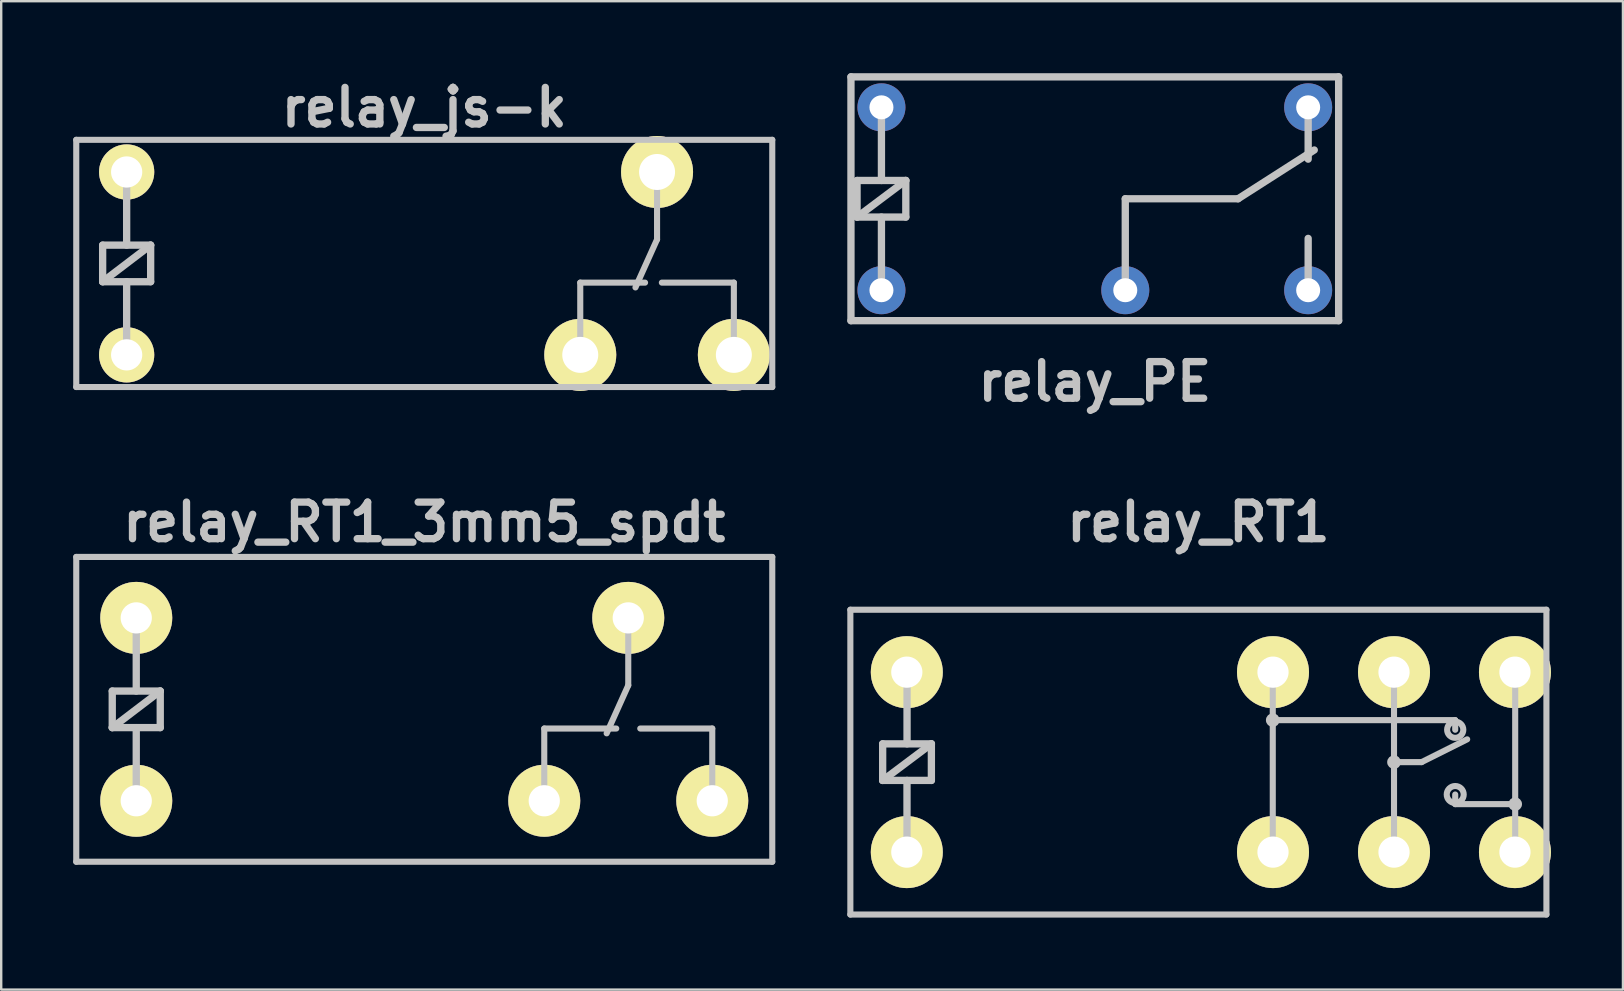
<source format=kicad_pcb>
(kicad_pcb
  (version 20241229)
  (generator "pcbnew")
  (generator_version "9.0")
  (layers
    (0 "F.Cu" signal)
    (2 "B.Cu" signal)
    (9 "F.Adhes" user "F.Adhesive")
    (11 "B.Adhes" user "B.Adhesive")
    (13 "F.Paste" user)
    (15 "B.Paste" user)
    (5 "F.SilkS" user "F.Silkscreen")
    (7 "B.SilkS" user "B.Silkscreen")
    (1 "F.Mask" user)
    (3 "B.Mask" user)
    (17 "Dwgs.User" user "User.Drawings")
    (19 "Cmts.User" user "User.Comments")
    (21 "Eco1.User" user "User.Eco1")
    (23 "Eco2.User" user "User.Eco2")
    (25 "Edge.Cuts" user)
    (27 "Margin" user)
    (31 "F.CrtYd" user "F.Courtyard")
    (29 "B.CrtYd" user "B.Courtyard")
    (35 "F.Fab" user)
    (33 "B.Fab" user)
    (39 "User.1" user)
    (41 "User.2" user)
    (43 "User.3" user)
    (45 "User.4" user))
  (footprint "relay_js-k"
    (layer "F.Cu")
    (at 14.627 7.926)
    (property "Reference" "relay_js-k" (at 0 -6.5 0) (layer "Dwgs.User") (effects (font (size 1.524 1.524) (thickness 0.305))))
    (attr through_hole)
    (fp_line (start -14.5 -5.15) (end -14.5 5.15) (stroke (width 0.254) (type solid)) (layer "Dwgs.User"))
    (fp_line (start -14.5 5.15) (end 14.5 5.15) (stroke (width 0.254) (type solid)) (layer "Dwgs.User"))
    (fp_line (start -13.4 -0.762) (end -11.4 -0.762) (stroke (width 0.305) (type solid)) (layer "Dwgs.User"))
    (fp_line (start -13.4 0.762) (end -13.4 -0.762) (stroke (width 0.305) (type solid)) (layer "Dwgs.User"))
    (fp_line (start -13.4 0.762) (end -11.4 -0.762) (stroke (width 0.305) (type solid)) (layer "Dwgs.User"))
    (fp_line (start -12.4 -3.81) (end -12.4 -0.762) (stroke (width 0.305) (type solid)) (layer "Dwgs.User"))
    (fp_line (start -12.4 3.81) (end -12.4 0.762) (stroke (width 0.305) (type solid)) (layer "Dwgs.User"))
    (fp_line (start -11.4 -0.762) (end -11.4 0.762) (stroke (width 0.305) (type solid)) (layer "Dwgs.User"))
    (fp_line (start -11.4 0.762) (end -13.4 0.762) (stroke (width 0.305) (type solid)) (layer "Dwgs.User"))
    (fp_line (start 6.5 0.8) (end 9.2 0.8) (stroke (width 0.254) (type solid)) (layer "Dwgs.User"))
    (fp_line (start 6.5 3.8) (end 6.5 0.8) (stroke (width 0.254) (type solid)) (layer "Dwgs.User"))
    (fp_line (start 9.7 -3.8) (end 9.7 -1) (stroke (width 0.254) (type solid)) (layer "Dwgs.User"))
    (fp_line (start 9.7 -1) (end 8.8 1) (stroke (width 0.254) (type solid)) (layer "Dwgs.User"))
    (fp_line (start 12.9 0.8) (end 9.9 0.8) (stroke (width 0.254) (type solid)) (layer "Dwgs.User"))
    (fp_line (start 12.9 3.8) (end 12.9 0.8) (stroke (width 0.254) (type solid)) (layer "Dwgs.User"))
    (fp_line (start 14.5 -5.15) (end -14.5 -5.15) (stroke (width 0.254) (type solid)) (layer "Dwgs.User"))
    (fp_line (start 14.5 5.15) (end 14.5 -5.15) (stroke (width 0.254) (type solid)) (layer "Dwgs.User"))
    (pad "1" thru_hole circle (at 12.9 3.81) (size 3 3) (drill 1.5) (layers "*.Cu" "*.Mask" "F.SilkS"))
    (pad "2" thru_hole circle (at 6.5 3.81) (size 3 3) (drill 1.5) (layers "*.Cu" "*.Mask" "F.SilkS"))
    (pad "3" thru_hole circle (at -12.4 3.81) (size 2.3 2.3) (drill 1.3) (layers "*.Cu" "*.Mask" "F.SilkS"))
    (pad "4" thru_hole circle (at -12.4 -3.81) (size 2.3 2.3) (drill 1.3) (layers "*.Cu" "*.Mask" "F.SilkS"))
    (pad "5" thru_hole circle (at 9.7 -3.81) (size 3 3) (drill 1.5) (layers "*.Cu" "*.Mask" "F.SilkS")))
  (footprint "relay_RT1"
    (layer "F.Cu")
    (at 46.882 28.705)
    (property "Reference" "relay_RT1" (at 0 -10 0) (layer "Dwgs.User") (effects (font (size 1.524 1.524) (thickness 0.305))))
    (attr through_hole)
    (fp_line (start -14.501 -6.35) (end -14.501 6.35) (stroke (width 0.254) (type solid)) (layer "Dwgs.User"))
    (fp_line (start -14.501 6.35) (end 14.501 6.35) (stroke (width 0.254) (type solid)) (layer "Dwgs.User"))
    (fp_line (start -13.157 -0.762) (end -11.125 -0.762) (stroke (width 0.305) (type solid)) (layer "Dwgs.User"))
    (fp_line (start -13.155 0.762) (end -13.155 -0.762) (stroke (width 0.305) (type solid)) (layer "Dwgs.User"))
    (fp_line (start -13.155 0.762) (end -11.123 -0.762) (stroke (width 0.305) (type solid)) (layer "Dwgs.User"))
    (fp_line (start -12.141 3.81) (end -12.141 0.762) (stroke (width 0.305) (type solid)) (layer "Dwgs.User"))
    (fp_line (start -12.139 -3.81) (end -12.139 -0.762) (stroke (width 0.305) (type solid)) (layer "Dwgs.User"))
    (fp_line (start -11.125 -0.762) (end -11.125 0.762) (stroke (width 0.305) (type solid)) (layer "Dwgs.User"))
    (fp_line (start -11.125 0.762) (end -13.157 0.762) (stroke (width 0.305) (type solid)) (layer "Dwgs.User"))
    (fp_line (start 3.099 -1.75) (end 10.701 -1.75) (stroke (width 0.254) (type solid)) (layer "Dwgs.User"))
    (fp_line (start 3.099 3.749) (end 3.099 -3.749) (stroke (width 0.254) (type solid)) (layer "Dwgs.User"))
    (fp_line (start 8.151 -3.749) (end 8.151 3.749) (stroke (width 0.254) (type solid)) (layer "Dwgs.User"))
    (fp_line (start 8.151 0) (end 9.299 0) (stroke (width 0.254) (type solid)) (layer "Dwgs.User"))
    (fp_line (start 9.299 0) (end 11.199 -0.95) (stroke (width 0.254) (type solid)) (layer "Dwgs.User"))
    (fp_line (start 10.701 -1.75) (end 10.701 -1.349) (stroke (width 0.254) (type solid)) (layer "Dwgs.User"))
    (fp_line (start 10.701 1.349) (end 10.701 1.75) (stroke (width 0.254) (type solid)) (layer "Dwgs.User"))
    (fp_line (start 13.2 1.75) (end 10.701 1.75) (stroke (width 0.254) (type solid)) (layer "Dwgs.User"))
    (fp_line (start 13.2 3.749) (end 13.2 -3.749) (stroke (width 0.254) (type solid)) (layer "Dwgs.User"))
    (fp_line (start 14.501 -6.35) (end -14.501 -6.35) (stroke (width 0.254) (type solid)) (layer "Dwgs.User"))
    (fp_line (start 14.501 6.35) (end 14.501 -6.35) (stroke (width 0.254) (type solid)) (layer "Dwgs.User"))
    (fp_circle (center 3.099 -1.75) (end 2.949 -1.699) (stroke (width 0.254) (type solid)) (fill no) (layer "Dwgs.User"))
    (fp_circle (center 8.151 0) (end 8.001 0.051) (stroke (width 0.254) (type solid)) (fill no) (layer "Dwgs.User"))
    (fp_circle (center 10.701 -1.349) (end 10.399 -1.199) (stroke (width 0.254) (type solid)) (fill no) (layer "Dwgs.User"))
    (fp_circle (center 10.701 1.349) (end 10.351 1.4) (stroke (width 0.254) (type solid)) (fill no) (layer "Dwgs.User"))
    (fp_circle (center 13.2 1.75) (end 13.051 1.801) (stroke (width 0.254) (type solid)) (fill no) (layer "Dwgs.User"))
    (pad "1" thru_hole circle (at -12.149 3.749) (size 3 3) (drill 1.3) (layers "*.Cu" "*.Mask" "F.SilkS"))
    (pad "2" thru_hole circle (at -12.149 -3.749) (size 3 3) (drill 1.3) (layers "*.Cu" "*.Mask" "F.SilkS"))
    (pad "11" thru_hole circle (at 8.151 -3.749) (size 3 3) (drill 1.3) (layers "*.Cu" "*.Mask" "F.SilkS"))
    (pad "11" thru_hole circle (at 8.151 3.749) (size 3 3) (drill 1.3) (layers "*.Cu" "*.Mask" "F.SilkS"))
    (pad "12" thru_hole circle (at 3.109 -3.749) (size 3 3) (drill 1.3) (layers "*.Cu" "*.Mask" "F.SilkS"))
    (pad "12" thru_hole circle (at 3.109 3.749) (size 3 3) (drill 1.3) (layers "*.Cu" "*.Mask" "F.SilkS"))
    (pad "14" thru_hole circle (at 13.19 -3.749) (size 3 3) (drill 1.3) (layers "*.Cu" "*.Mask" "F.SilkS"))
    (pad "14" thru_hole circle (at 13.19 3.749) (size 3 3) (drill 1.3) (layers "*.Cu" "*.Mask" "F.SilkS")))
  (footprint "relay_RT1_3mm5_spdt"
    (layer "F.Cu")
    (at 14.627 26.505)
    (property "Reference" "relay_RT1_3mm5_spdt" (at 0 -7.8 0) (layer "Dwgs.User") (effects (font (size 1.524 1.524) (thickness 0.305))))
    (attr through_hole)
    (fp_line (start -14.5 -6.35) (end -14.5 6.35) (stroke (width 0.254) (type solid)) (layer "Dwgs.User"))
    (fp_line (start -14.5 6.35) (end 14.5 6.35) (stroke (width 0.254) (type solid)) (layer "Dwgs.User"))
    (fp_line (start -13 -0.762) (end -11 -0.762) (stroke (width 0.305) (type solid)) (layer "Dwgs.User"))
    (fp_line (start -13 0.762) (end -13 -0.762) (stroke (width 0.305) (type solid)) (layer "Dwgs.User"))
    (fp_line (start -13 0.762) (end -11 -0.762) (stroke (width 0.305) (type solid)) (layer "Dwgs.User"))
    (fp_line (start -12 -3.81) (end -12 -0.762) (stroke (width 0.305) (type solid)) (layer "Dwgs.User"))
    (fp_line (start -12 3.81) (end -12 0.762) (stroke (width 0.305) (type solid)) (layer "Dwgs.User"))
    (fp_line (start -11 -0.762) (end -11 0.762) (stroke (width 0.305) (type solid)) (layer "Dwgs.User"))
    (fp_line (start -11 0.762) (end -13 0.762) (stroke (width 0.305) (type solid)) (layer "Dwgs.User"))
    (fp_line (start 5 0.8) (end 8 0.8) (stroke (width 0.254) (type solid)) (layer "Dwgs.User"))
    (fp_line (start 5 3.8) (end 5 0.8) (stroke (width 0.254) (type solid)) (layer "Dwgs.User"))
    (fp_line (start 8.5 -3.8) (end 8.5 -1) (stroke (width 0.254) (type solid)) (layer "Dwgs.User"))
    (fp_line (start 8.5 -1) (end 7.6 1) (stroke (width 0.254) (type solid)) (layer "Dwgs.User"))
    (fp_line (start 12 0.8) (end 9 0.8) (stroke (width 0.254) (type solid)) (layer "Dwgs.User"))
    (fp_line (start 12 3.8) (end 12 0.8) (stroke (width 0.254) (type solid)) (layer "Dwgs.User"))
    (fp_line (start 14.5 -6.35) (end -14.5 -6.35) (stroke (width 0.254) (type solid)) (layer "Dwgs.User"))
    (fp_line (start 14.5 6.35) (end 14.5 -6.35) (stroke (width 0.254) (type solid)) (layer "Dwgs.User"))
    (pad "1" thru_hole circle (at -12 3.81) (size 3 3) (drill 1.3) (layers "*.Cu" "*.Mask" "F.SilkS"))
    (pad "2" thru_hole circle (at -12 -3.81) (size 3 3) (drill 1.3) (layers "*.Cu" "*.Mask" "F.SilkS"))
    (pad "11" thru_hole circle (at 8.5 -3.81) (size 3 3) (drill 1.3) (layers "*.Cu" "*.Mask" "F.SilkS"))
    (pad "12" thru_hole circle (at 5 3.81) (size 3 3) (drill 1.3) (layers "*.Cu" "*.Mask" "F.SilkS"))
    (pad "14" thru_hole circle (at 12 3.81) (size 3 3) (drill 1.3) (layers "*.Cu" "*.Mask" "F.SilkS")))
  (footprint "relay_PE"
    (layer "F.Cu")
    (at 42.566 5.232)
    (property "Reference" "relay_PE" (at 0 7.62 0) (layer "Dwgs.User") (effects (font (size 1.524 1.524) (thickness 0.305))))
    (attr through_hole)
    (fp_line (start -10.16 -5.08) (end -10.16 5.08) (stroke (width 0.305) (type solid)) (layer "Dwgs.User"))
    (fp_line (start -10.16 5.08) (end 10.16 5.08) (stroke (width 0.305) (type solid)) (layer "Dwgs.User"))
    (fp_line (start -9.906 -0.762) (end -7.874 -0.762) (stroke (width 0.305) (type solid)) (layer "Dwgs.User"))
    (fp_line (start -9.906 0.762) (end -9.906 -0.762) (stroke (width 0.305) (type solid)) (layer "Dwgs.User"))
    (fp_line (start -9.906 0.762) (end -7.874 -0.762) (stroke (width 0.305) (type solid)) (layer "Dwgs.User"))
    (fp_line (start -8.89 -3.81) (end -8.89 -0.762) (stroke (width 0.305) (type solid)) (layer "Dwgs.User"))
    (fp_line (start -8.89 3.81) (end -8.89 0.762) (stroke (width 0.305) (type solid)) (layer "Dwgs.User"))
    (fp_line (start -7.874 -0.762) (end -7.874 0.762) (stroke (width 0.305) (type solid)) (layer "Dwgs.User"))
    (fp_line (start -7.874 0.762) (end -9.906 0.762) (stroke (width 0.305) (type solid)) (layer "Dwgs.User"))
    (fp_line (start 1.27 0) (end 5.969 0) (stroke (width 0.305) (type solid)) (layer "Dwgs.User"))
    (fp_line (start 1.27 3.81) (end 1.27 0) (stroke (width 0.305) (type solid)) (layer "Dwgs.User"))
    (fp_line (start 5.969 0) (end 9.144 -2.032) (stroke (width 0.305) (type solid)) (layer "Dwgs.User"))
    (fp_line (start 8.89 -1.651) (end 8.89 -3.81) (stroke (width 0.305) (type solid)) (layer "Dwgs.User"))
    (fp_line (start 8.89 3.81) (end 8.89 1.651) (stroke (width 0.305) (type solid)) (layer "Dwgs.User"))
    (fp_line (start 10.16 -5.08) (end -10.16 -5.08) (stroke (width 0.305) (type solid)) (layer "Dwgs.User"))
    (fp_line (start 10.16 5.08) (end 10.16 -5.08) (stroke (width 0.305) (type solid)) (layer "Dwgs.User"))
    (pad "1" thru_hole circle (at -8.89 3.81 180) (size 2 2) (drill 1) (layers "*.Cu" "*.Mask"))
    (pad "2" thru_hole circle (at -8.89 -3.81 180) (size 2 2) (drill 1) (layers "*.Cu" "*.Mask"))
    (pad "11" thru_hole circle (at 1.27 3.81 180) (size 2 2) (drill 1) (layers "*.Cu" "*.Mask"))
    (pad "12" thru_hole circle (at 8.89 -3.81) (size 2 2) (drill 1) (layers "*.Cu" "*.Mask"))
    (pad "14" thru_hole circle (at 8.89 3.81 180) (size 2 2) (drill 1) (layers "*.Cu" "*.Mask")))
  (gr_rect
    (start -3 -3)
    (end 64.572 38.182)
    (stroke (width 0.1) (type default))
    (fill no)
    (layer "Edge.Cuts")))
</source>
